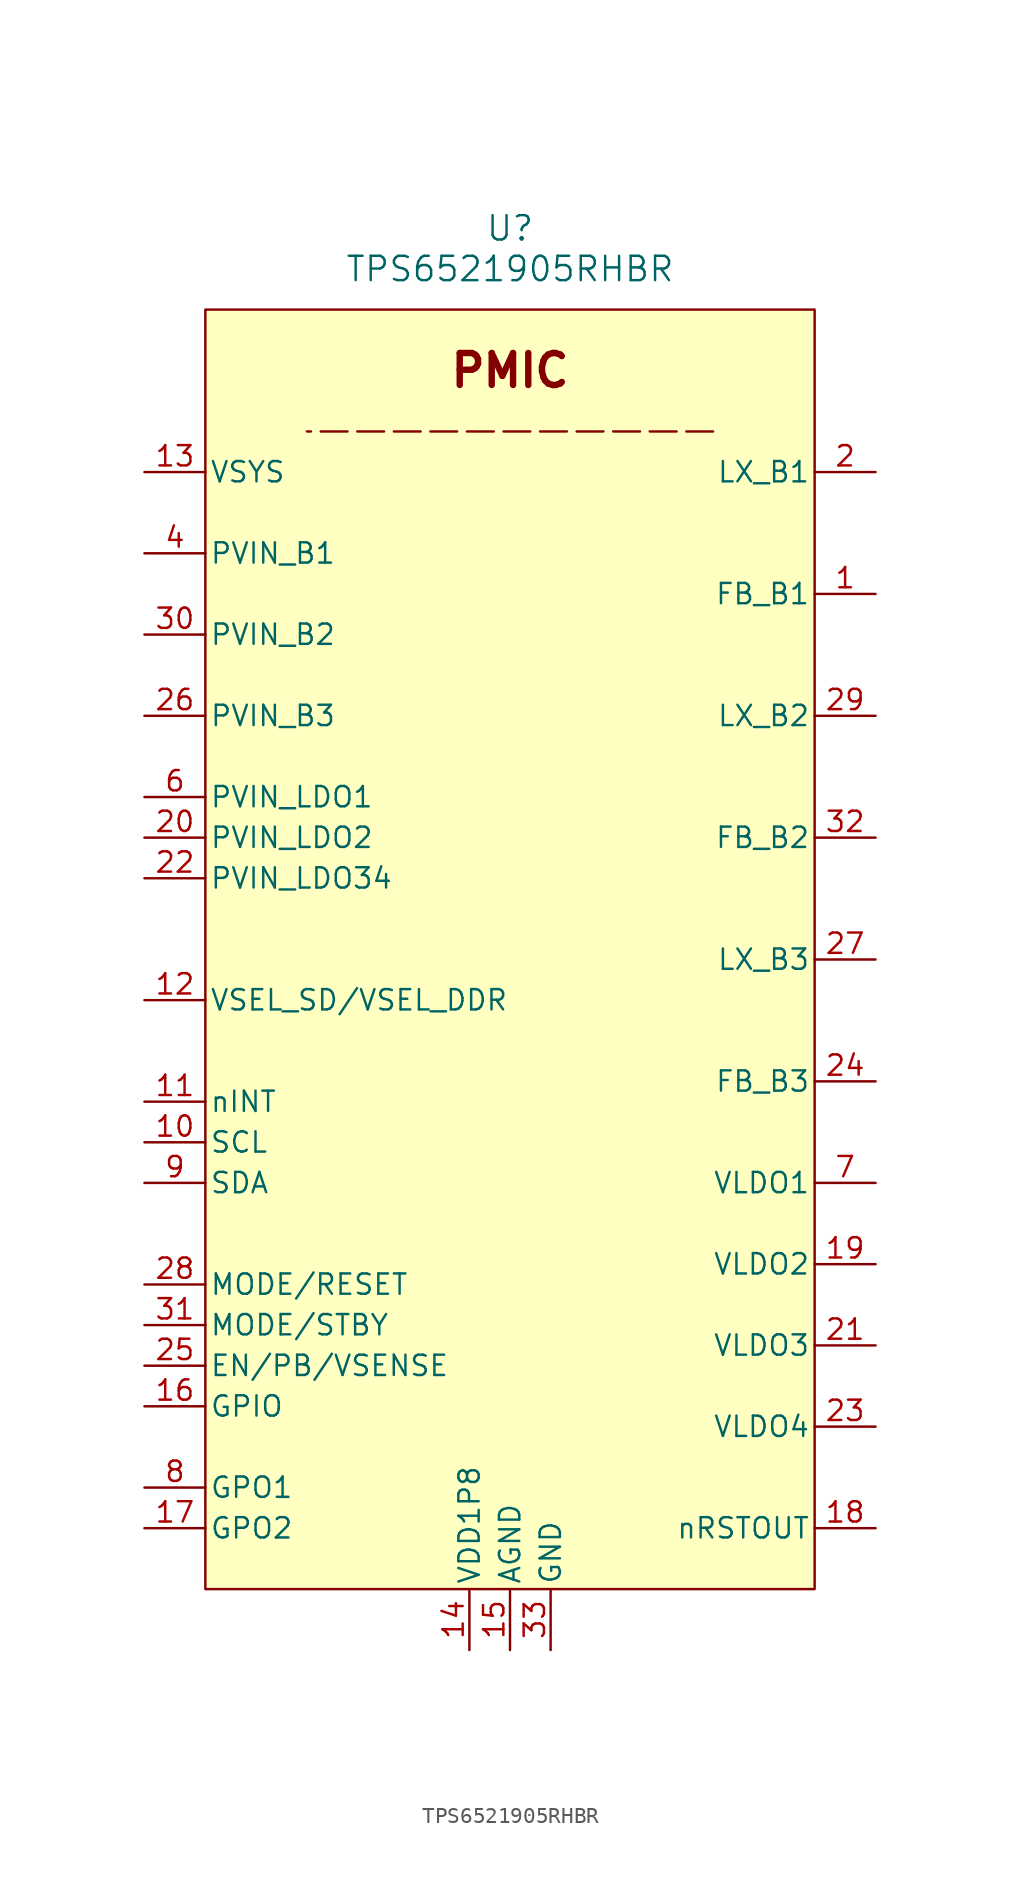
<source format=kicad_sym>
(kicad_symbol_lib
  (version 20231120)
  (generator "kicad_symbol_editor")
  (generator_version "8.0")
  (symbol "TPS6521905RHBR"
    (pin_names
      (offset 0.254))
    (property "Reference" "U"
      (at 0 5.08 0)
      (effects (font (size 1.524 1.524))))
    (property "Value" "TPS6521905RHBR"
      (at 0 2.54 0)
      (effects (font (size 1.524 1.524))))
    (symbol "TPS6521905RHBR_1_0"
      (rectangle (start -19.05 0) (end 19.05 -80.01) (stroke (width 0) (type default)) (fill (type background))))
    (symbol "TPS6521905RHBR_1_1"
      (polyline (pts (xy 12.7 -7.62) (xy -12.7 -7.62)) (stroke (width 0) (type dash)) (fill (type none)))
      (text "PMIC" (at 0 -3.81 0) (effects (font (size 2 2) (bold yes))))
      (pin bidirectional line (at 22.86 -17.78 180) (length 3.81) (name "FB_B1" (effects (font (size 1.27 1.27)))) (number "1" (effects (font (size 1.27 1.27)))))
      (pin input line (at -22.86 -52.07 0) (length 3.81) (name "SCL" (effects (font (size 1.27 1.27)))) (number "10" (effects (font (size 1.27 1.27)))))
      (pin output line (at -22.86 -49.53 0) (length 3.81) (name "nINT" (effects (font (size 1.27 1.27)))) (number "11" (effects (font (size 1.27 1.27)))))
      (pin passive line (at -22.86 -43.18 0) (length 3.81) (name "VSEL_SD/VSEL_DDR" (effects (font (size 1.27 1.27)))) (number "12" (effects (font (size 1.27 1.27)))))
      (pin power_in line (at -22.86 -10.16 0) (length 3.81) (name "VSYS" (effects (font (size 1.27 1.27)))) (number "13" (effects (font (size 1.27 1.27)))))
      (pin power_in line (at -2.54 -83.82 90) (length 3.81) (name "VDD1P8" (effects (font (size 1.27 1.27)))) (number "14" (effects (font (size 1.27 1.27)))))
      (pin power_out line (at 0 -83.82 90) (length 3.81) (name "AGND" (effects (font (size 1.27 1.27)))) (number "15" (effects (font (size 1.27 1.27)))))
      (pin unspecified line (at -22.86 -68.58 0) (length 3.81) (name "GPIO" (effects (font (size 1.27 1.27)))) (number "16" (effects (font (size 1.27 1.27)))))
      (pin bidirectional line (at -22.86 -76.2 0) (length 3.81) (name "GPO2" (effects (font (size 1.27 1.27)))) (number "17" (effects (font (size 1.27 1.27)))))
      (pin output line (at 22.86 -76.2 180) (length 3.81) (name "nRSTOUT" (effects (font (size 1.27 1.27)))) (number "18" (effects (font (size 1.27 1.27)))))
      (pin bidirectional line (at 22.86 -59.69 180) (length 3.81) (name "VLDO2" (effects (font (size 1.27 1.27)))) (number "19" (effects (font (size 1.27 1.27)))))
      (pin bidirectional line (at 22.86 -10.16 180) (length 3.81) (name "LX_B1" (effects (font (size 1.27 1.27)))) (number "2" (effects (font (size 1.27 1.27)))))
      (pin power_in line (at -22.86 -33.02 0) (length 3.81) (name "PVIN_LDO2" (effects (font (size 1.27 1.27)))) (number "20" (effects (font (size 1.27 1.27)))))
      (pin bidirectional line (at 22.86 -64.77 180) (length 3.81) (name "VLDO3" (effects (font (size 1.27 1.27)))) (number "21" (effects (font (size 1.27 1.27)))))
      (pin power_in line (at -22.86 -35.56 0) (length 3.81) (name "PVIN_LDO34" (effects (font (size 1.27 1.27)))) (number "22" (effects (font (size 1.27 1.27)))))
      (pin bidirectional line (at 22.86 -69.85 180) (length 3.81) (name "VLDO4" (effects (font (size 1.27 1.27)))) (number "23" (effects (font (size 1.27 1.27)))))
      (pin bidirectional line (at 22.86 -48.26 180) (length 3.81) (name "FB_B3" (effects (font (size 1.27 1.27)))) (number "24" (effects (font (size 1.27 1.27)))))
      (pin input line (at -22.86 -66.04 0) (length 3.81) (name "EN/PB/VSENSE" (effects (font (size 1.27 1.27)))) (number "25" (effects (font (size 1.27 1.27)))))
      (pin power_in line (at -22.86 -25.4 0) (length 3.81) (name "PVIN_B3" (effects (font (size 1.27 1.27)))) (number "26" (effects (font (size 1.27 1.27)))))
      (pin bidirectional line (at 22.86 -40.64 180) (length 3.81) (name "LX_B3" (effects (font (size 1.27 1.27)))) (number "27" (effects (font (size 1.27 1.27)))))
      (pin input line (at -22.86 -60.96 0) (length 3.81) (name "MODE/RESET" (effects (font (size 1.27 1.27)))) (number "28" (effects (font (size 1.27 1.27)))))
      (pin bidirectional line (at 22.86 -25.4 180) (length 3.81) (name "LX_B2" (effects (font (size 1.27 1.27)))) (number "29" (effects (font (size 1.27 1.27)))))
      (pin passive line (at 22.86 -10.16 180) (length 3.81) hide (name "LX_B1" (effects (font (size 1.27 1.27)))) (number "3" (effects (font (size 1.27 1.27)))))
      (pin power_in line (at -22.86 -20.32 0) (length 3.81) (name "PVIN_B2" (effects (font (size 1.27 1.27)))) (number "30" (effects (font (size 1.27 1.27)))))
      (pin input line (at -22.86 -63.5 0) (length 3.81) (name "MODE/STBY" (effects (font (size 1.27 1.27)))) (number "31" (effects (font (size 1.27 1.27)))))
      (pin bidirectional line (at 22.86 -33.02 180) (length 3.81) (name "FB_B2" (effects (font (size 1.27 1.27)))) (number "32" (effects (font (size 1.27 1.27)))))
      (pin power_out line (at 2.54 -83.82 90) (length 3.81) (name "GND" (effects (font (size 1.27 1.27)))) (number "33" (effects (font (size 1.27 1.27)))))
      (pin power_in line (at -22.86 -15.24 0) (length 3.81) (name "PVIN_B1" (effects (font (size 1.27 1.27)))) (number "4" (effects (font (size 1.27 1.27)))))
      (pin passive line (at -22.86 -15.24 0) (length 3.81) hide (name "PVIN_B1" (effects (font (size 1.27 1.27)))) (number "5" (effects (font (size 1.27 1.27)))))
      (pin power_in line (at -22.86 -30.48 0) (length 3.81) (name "PVIN_LDO1" (effects (font (size 1.27 1.27)))) (number "6" (effects (font (size 1.27 1.27)))))
      (pin bidirectional line (at 22.86 -54.61 180) (length 3.81) (name "VLDO1" (effects (font (size 1.27 1.27)))) (number "7" (effects (font (size 1.27 1.27)))))
      (pin bidirectional line (at -22.86 -73.66 0) (length 3.81) (name "GPO1" (effects (font (size 1.27 1.27)))) (number "8" (effects (font (size 1.27 1.27)))))
      (pin bidirectional line (at -22.86 -54.61 0) (length 3.81) (name "SDA" (effects (font (size 1.27 1.27)))) (number "9" (effects (font (size 1.27 1.27))))))))
</source>
